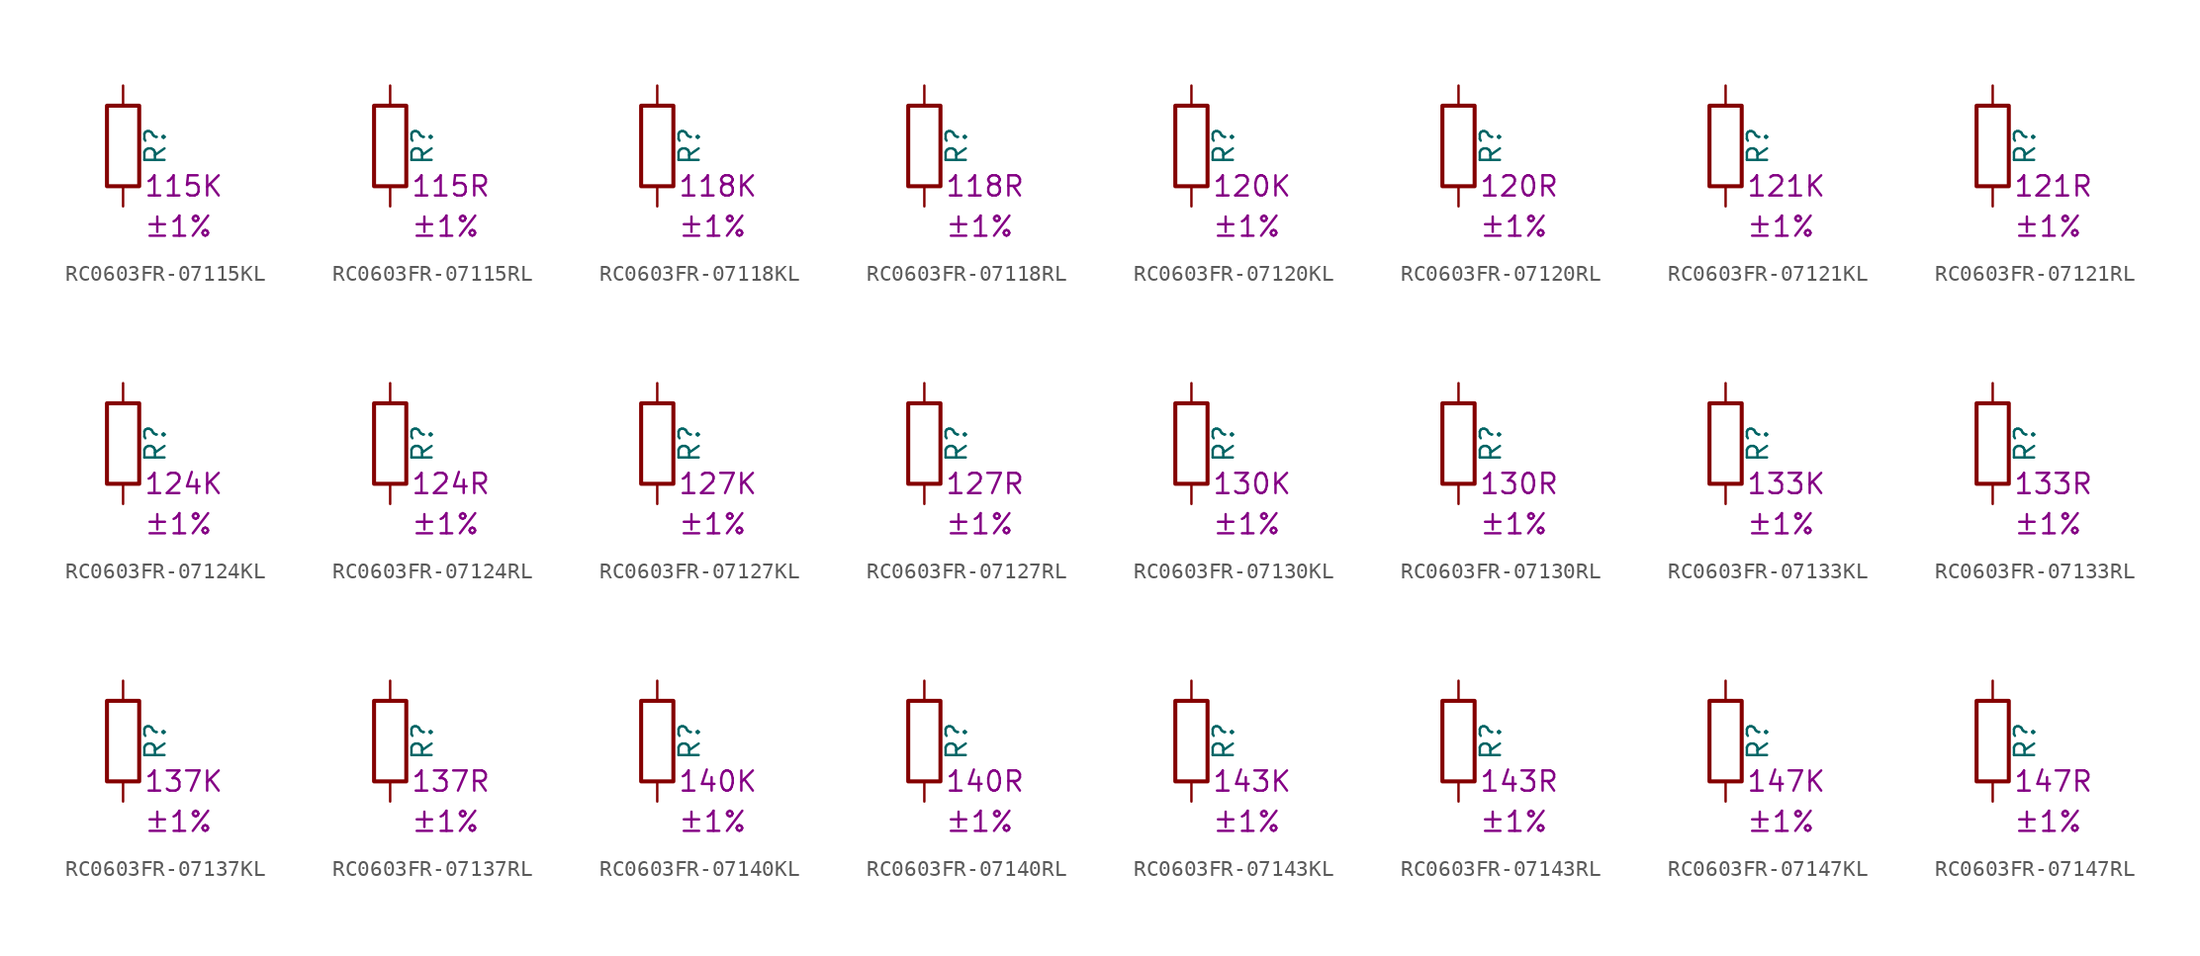
<source format=kicad_sym>
(kicad_symbol_lib
  (version 20220914)
  (generator kicad_symbol_editor)
  (symbol "RC0603FR-07115KL"
    (pin_numbers hide)
    (pin_names
      (offset 0))
    (property "Reference" "R"
      (at 2.032 0 90)
      (effects (font (size 1.27 1.27))))
    (property "Resistance" "115K"
      (at 1.27 -2.54 0)
      (effects (font (size 1.27 1.27)) (justify left)))
    (property "Tolerance" "±1%"
      (at 1.27 -5.08 0)
      (effects (font (size 1.27 1.27)) (justify left)))
    (symbol "RC0603FR-07115KL_0_1"
      (rectangle (start -1.016 -2.54) (end 1.016 2.54) (stroke (width 0.254) (type default)) (fill (type none))))
    (symbol "RC0603FR-07115KL_1_1"
      (pin passive line (at 0 3.81 270) (length 1.27) (name "~" (effects (font (size 1.27 1.27)))) (number "1" (effects (font (size 1.27 1.27)))))
      (pin passive line (at 0 -3.81 90) (length 1.27) (name "~" (effects (font (size 1.27 1.27)))) (number "2" (effects (font (size 1.27 1.27)))))))
  (symbol "RC0603FR-07115RL"
    (pin_numbers hide)
    (pin_names
      (offset 0))
    (property "Reference" "R"
      (at 2.032 0 90)
      (effects (font (size 1.27 1.27))))
    (property "Resistance" "115R"
      (at 1.27 -2.54 0)
      (effects (font (size 1.27 1.27)) (justify left)))
    (property "Tolerance" "±1%"
      (at 1.27 -5.08 0)
      (effects (font (size 1.27 1.27)) (justify left)))
    (symbol "RC0603FR-07115RL_0_1"
      (rectangle (start -1.016 -2.54) (end 1.016 2.54) (stroke (width 0.254) (type default)) (fill (type none))))
    (symbol "RC0603FR-07115RL_1_1"
      (pin passive line (at 0 3.81 270) (length 1.27) (name "~" (effects (font (size 1.27 1.27)))) (number "1" (effects (font (size 1.27 1.27)))))
      (pin passive line (at 0 -3.81 90) (length 1.27) (name "~" (effects (font (size 1.27 1.27)))) (number "2" (effects (font (size 1.27 1.27)))))))
  (symbol "RC0603FR-07118KL"
    (pin_numbers hide)
    (pin_names
      (offset 0))
    (property "Reference" "R"
      (at 2.032 0 90)
      (effects (font (size 1.27 1.27))))
    (property "Resistance" "118K"
      (at 1.27 -2.54 0)
      (effects (font (size 1.27 1.27)) (justify left)))
    (property "Tolerance" "±1%"
      (at 1.27 -5.08 0)
      (effects (font (size 1.27 1.27)) (justify left)))
    (symbol "RC0603FR-07118KL_0_1"
      (rectangle (start -1.016 -2.54) (end 1.016 2.54) (stroke (width 0.254) (type default)) (fill (type none))))
    (symbol "RC0603FR-07118KL_1_1"
      (pin passive line (at 0 3.81 270) (length 1.27) (name "~" (effects (font (size 1.27 1.27)))) (number "1" (effects (font (size 1.27 1.27)))))
      (pin passive line (at 0 -3.81 90) (length 1.27) (name "~" (effects (font (size 1.27 1.27)))) (number "2" (effects (font (size 1.27 1.27)))))))
  (symbol "RC0603FR-07118RL"
    (pin_numbers hide)
    (pin_names
      (offset 0))
    (property "Reference" "R"
      (at 2.032 0 90)
      (effects (font (size 1.27 1.27))))
    (property "Resistance" "118R"
      (at 1.27 -2.54 0)
      (effects (font (size 1.27 1.27)) (justify left)))
    (property "Tolerance" "±1%"
      (at 1.27 -5.08 0)
      (effects (font (size 1.27 1.27)) (justify left)))
    (symbol "RC0603FR-07118RL_0_1"
      (rectangle (start -1.016 -2.54) (end 1.016 2.54) (stroke (width 0.254) (type default)) (fill (type none))))
    (symbol "RC0603FR-07118RL_1_1"
      (pin passive line (at 0 3.81 270) (length 1.27) (name "~" (effects (font (size 1.27 1.27)))) (number "1" (effects (font (size 1.27 1.27)))))
      (pin passive line (at 0 -3.81 90) (length 1.27) (name "~" (effects (font (size 1.27 1.27)))) (number "2" (effects (font (size 1.27 1.27)))))))
  (symbol "RC0603FR-07120KL"
    (pin_numbers hide)
    (pin_names
      (offset 0))
    (property "Reference" "R"
      (at 2.032 0 90)
      (effects (font (size 1.27 1.27))))
    (property "Resistance" "120K"
      (at 1.27 -2.54 0)
      (effects (font (size 1.27 1.27)) (justify left)))
    (property "Tolerance" "±1%"
      (at 1.27 -5.08 0)
      (effects (font (size 1.27 1.27)) (justify left)))
    (symbol "RC0603FR-07120KL_0_1"
      (rectangle (start -1.016 -2.54) (end 1.016 2.54) (stroke (width 0.254) (type default)) (fill (type none))))
    (symbol "RC0603FR-07120KL_1_1"
      (pin passive line (at 0 3.81 270) (length 1.27) (name "~" (effects (font (size 1.27 1.27)))) (number "1" (effects (font (size 1.27 1.27)))))
      (pin passive line (at 0 -3.81 90) (length 1.27) (name "~" (effects (font (size 1.27 1.27)))) (number "2" (effects (font (size 1.27 1.27)))))))
  (symbol "RC0603FR-07120RL"
    (pin_numbers hide)
    (pin_names
      (offset 0))
    (property "Reference" "R"
      (at 2.032 0 90)
      (effects (font (size 1.27 1.27))))
    (property "Resistance" "120R"
      (at 1.27 -2.54 0)
      (effects (font (size 1.27 1.27)) (justify left)))
    (property "Tolerance" "±1%"
      (at 1.27 -5.08 0)
      (effects (font (size 1.27 1.27)) (justify left)))
    (symbol "RC0603FR-07120RL_0_1"
      (rectangle (start -1.016 -2.54) (end 1.016 2.54) (stroke (width 0.254) (type default)) (fill (type none))))
    (symbol "RC0603FR-07120RL_1_1"
      (pin passive line (at 0 3.81 270) (length 1.27) (name "~" (effects (font (size 1.27 1.27)))) (number "1" (effects (font (size 1.27 1.27)))))
      (pin passive line (at 0 -3.81 90) (length 1.27) (name "~" (effects (font (size 1.27 1.27)))) (number "2" (effects (font (size 1.27 1.27)))))))
  (symbol "RC0603FR-07121KL"
    (pin_numbers hide)
    (pin_names
      (offset 0))
    (property "Reference" "R"
      (at 2.032 0 90)
      (effects (font (size 1.27 1.27))))
    (property "Resistance" "121K"
      (at 1.27 -2.54 0)
      (effects (font (size 1.27 1.27)) (justify left)))
    (property "Tolerance" "±1%"
      (at 1.27 -5.08 0)
      (effects (font (size 1.27 1.27)) (justify left)))
    (symbol "RC0603FR-07121KL_0_1"
      (rectangle (start -1.016 -2.54) (end 1.016 2.54) (stroke (width 0.254) (type default)) (fill (type none))))
    (symbol "RC0603FR-07121KL_1_1"
      (pin passive line (at 0 3.81 270) (length 1.27) (name "~" (effects (font (size 1.27 1.27)))) (number "1" (effects (font (size 1.27 1.27)))))
      (pin passive line (at 0 -3.81 90) (length 1.27) (name "~" (effects (font (size 1.27 1.27)))) (number "2" (effects (font (size 1.27 1.27)))))))
  (symbol "RC0603FR-07121RL"
    (pin_numbers hide)
    (pin_names
      (offset 0))
    (property "Reference" "R"
      (at 2.032 0 90)
      (effects (font (size 1.27 1.27))))
    (property "Resistance" "121R"
      (at 1.27 -2.54 0)
      (effects (font (size 1.27 1.27)) (justify left)))
    (property "Tolerance" "±1%"
      (at 1.27 -5.08 0)
      (effects (font (size 1.27 1.27)) (justify left)))
    (symbol "RC0603FR-07121RL_0_1"
      (rectangle (start -1.016 -2.54) (end 1.016 2.54) (stroke (width 0.254) (type default)) (fill (type none))))
    (symbol "RC0603FR-07121RL_1_1"
      (pin passive line (at 0 3.81 270) (length 1.27) (name "~" (effects (font (size 1.27 1.27)))) (number "1" (effects (font (size 1.27 1.27)))))
      (pin passive line (at 0 -3.81 90) (length 1.27) (name "~" (effects (font (size 1.27 1.27)))) (number "2" (effects (font (size 1.27 1.27)))))))
  (symbol "RC0603FR-07124KL"
    (pin_numbers hide)
    (pin_names
      (offset 0))
    (property "Reference" "R"
      (at 2.032 0 90)
      (effects (font (size 1.27 1.27))))
    (property "Resistance" "124K"
      (at 1.27 -2.54 0)
      (effects (font (size 1.27 1.27)) (justify left)))
    (property "Tolerance" "±1%"
      (at 1.27 -5.08 0)
      (effects (font (size 1.27 1.27)) (justify left)))
    (symbol "RC0603FR-07124KL_0_1"
      (rectangle (start -1.016 -2.54) (end 1.016 2.54) (stroke (width 0.254) (type default)) (fill (type none))))
    (symbol "RC0603FR-07124KL_1_1"
      (pin passive line (at 0 3.81 270) (length 1.27) (name "~" (effects (font (size 1.27 1.27)))) (number "1" (effects (font (size 1.27 1.27)))))
      (pin passive line (at 0 -3.81 90) (length 1.27) (name "~" (effects (font (size 1.27 1.27)))) (number "2" (effects (font (size 1.27 1.27)))))))
  (symbol "RC0603FR-07124RL"
    (pin_numbers hide)
    (pin_names
      (offset 0))
    (property "Reference" "R"
      (at 2.032 0 90)
      (effects (font (size 1.27 1.27))))
    (property "Resistance" "124R"
      (at 1.27 -2.54 0)
      (effects (font (size 1.27 1.27)) (justify left)))
    (property "Tolerance" "±1%"
      (at 1.27 -5.08 0)
      (effects (font (size 1.27 1.27)) (justify left)))
    (symbol "RC0603FR-07124RL_0_1"
      (rectangle (start -1.016 -2.54) (end 1.016 2.54) (stroke (width 0.254) (type default)) (fill (type none))))
    (symbol "RC0603FR-07124RL_1_1"
      (pin passive line (at 0 3.81 270) (length 1.27) (name "~" (effects (font (size 1.27 1.27)))) (number "1" (effects (font (size 1.27 1.27)))))
      (pin passive line (at 0 -3.81 90) (length 1.27) (name "~" (effects (font (size 1.27 1.27)))) (number "2" (effects (font (size 1.27 1.27)))))))
  (symbol "RC0603FR-07127KL"
    (pin_numbers hide)
    (pin_names
      (offset 0))
    (property "Reference" "R"
      (at 2.032 0 90)
      (effects (font (size 1.27 1.27))))
    (property "Resistance" "127K"
      (at 1.27 -2.54 0)
      (effects (font (size 1.27 1.27)) (justify left)))
    (property "Tolerance" "±1%"
      (at 1.27 -5.08 0)
      (effects (font (size 1.27 1.27)) (justify left)))
    (symbol "RC0603FR-07127KL_0_1"
      (rectangle (start -1.016 -2.54) (end 1.016 2.54) (stroke (width 0.254) (type default)) (fill (type none))))
    (symbol "RC0603FR-07127KL_1_1"
      (pin passive line (at 0 3.81 270) (length 1.27) (name "~" (effects (font (size 1.27 1.27)))) (number "1" (effects (font (size 1.27 1.27)))))
      (pin passive line (at 0 -3.81 90) (length 1.27) (name "~" (effects (font (size 1.27 1.27)))) (number "2" (effects (font (size 1.27 1.27)))))))
  (symbol "RC0603FR-07127RL"
    (pin_numbers hide)
    (pin_names
      (offset 0))
    (property "Reference" "R"
      (at 2.032 0 90)
      (effects (font (size 1.27 1.27))))
    (property "Resistance" "127R"
      (at 1.27 -2.54 0)
      (effects (font (size 1.27 1.27)) (justify left)))
    (property "Tolerance" "±1%"
      (at 1.27 -5.08 0)
      (effects (font (size 1.27 1.27)) (justify left)))
    (symbol "RC0603FR-07127RL_0_1"
      (rectangle (start -1.016 -2.54) (end 1.016 2.54) (stroke (width 0.254) (type default)) (fill (type none))))
    (symbol "RC0603FR-07127RL_1_1"
      (pin passive line (at 0 3.81 270) (length 1.27) (name "~" (effects (font (size 1.27 1.27)))) (number "1" (effects (font (size 1.27 1.27)))))
      (pin passive line (at 0 -3.81 90) (length 1.27) (name "~" (effects (font (size 1.27 1.27)))) (number "2" (effects (font (size 1.27 1.27)))))))
  (symbol "RC0603FR-07130KL"
    (pin_numbers hide)
    (pin_names
      (offset 0))
    (property "Reference" "R"
      (at 2.032 0 90)
      (effects (font (size 1.27 1.27))))
    (property "Resistance" "130K"
      (at 1.27 -2.54 0)
      (effects (font (size 1.27 1.27)) (justify left)))
    (property "Tolerance" "±1%"
      (at 1.27 -5.08 0)
      (effects (font (size 1.27 1.27)) (justify left)))
    (symbol "RC0603FR-07130KL_0_1"
      (rectangle (start -1.016 -2.54) (end 1.016 2.54) (stroke (width 0.254) (type default)) (fill (type none))))
    (symbol "RC0603FR-07130KL_1_1"
      (pin passive line (at 0 3.81 270) (length 1.27) (name "~" (effects (font (size 1.27 1.27)))) (number "1" (effects (font (size 1.27 1.27)))))
      (pin passive line (at 0 -3.81 90) (length 1.27) (name "~" (effects (font (size 1.27 1.27)))) (number "2" (effects (font (size 1.27 1.27)))))))
  (symbol "RC0603FR-07130RL"
    (pin_numbers hide)
    (pin_names
      (offset 0))
    (property "Reference" "R"
      (at 2.032 0 90)
      (effects (font (size 1.27 1.27))))
    (property "Resistance" "130R"
      (at 1.27 -2.54 0)
      (effects (font (size 1.27 1.27)) (justify left)))
    (property "Tolerance" "±1%"
      (at 1.27 -5.08 0)
      (effects (font (size 1.27 1.27)) (justify left)))
    (symbol "RC0603FR-07130RL_0_1"
      (rectangle (start -1.016 -2.54) (end 1.016 2.54) (stroke (width 0.254) (type default)) (fill (type none))))
    (symbol "RC0603FR-07130RL_1_1"
      (pin passive line (at 0 3.81 270) (length 1.27) (name "~" (effects (font (size 1.27 1.27)))) (number "1" (effects (font (size 1.27 1.27)))))
      (pin passive line (at 0 -3.81 90) (length 1.27) (name "~" (effects (font (size 1.27 1.27)))) (number "2" (effects (font (size 1.27 1.27)))))))
  (symbol "RC0603FR-07133KL"
    (pin_numbers hide)
    (pin_names
      (offset 0))
    (property "Reference" "R"
      (at 2.032 0 90)
      (effects (font (size 1.27 1.27))))
    (property "Resistance" "133K"
      (at 1.27 -2.54 0)
      (effects (font (size 1.27 1.27)) (justify left)))
    (property "Tolerance" "±1%"
      (at 1.27 -5.08 0)
      (effects (font (size 1.27 1.27)) (justify left)))
    (symbol "RC0603FR-07133KL_0_1"
      (rectangle (start -1.016 -2.54) (end 1.016 2.54) (stroke (width 0.254) (type default)) (fill (type none))))
    (symbol "RC0603FR-07133KL_1_1"
      (pin passive line (at 0 3.81 270) (length 1.27) (name "~" (effects (font (size 1.27 1.27)))) (number "1" (effects (font (size 1.27 1.27)))))
      (pin passive line (at 0 -3.81 90) (length 1.27) (name "~" (effects (font (size 1.27 1.27)))) (number "2" (effects (font (size 1.27 1.27)))))))
  (symbol "RC0603FR-07133RL"
    (pin_numbers hide)
    (pin_names
      (offset 0))
    (property "Reference" "R"
      (at 2.032 0 90)
      (effects (font (size 1.27 1.27))))
    (property "Resistance" "133R"
      (at 1.27 -2.54 0)
      (effects (font (size 1.27 1.27)) (justify left)))
    (property "Tolerance" "±1%"
      (at 1.27 -5.08 0)
      (effects (font (size 1.27 1.27)) (justify left)))
    (symbol "RC0603FR-07133RL_0_1"
      (rectangle (start -1.016 -2.54) (end 1.016 2.54) (stroke (width 0.254) (type default)) (fill (type none))))
    (symbol "RC0603FR-07133RL_1_1"
      (pin passive line (at 0 3.81 270) (length 1.27) (name "~" (effects (font (size 1.27 1.27)))) (number "1" (effects (font (size 1.27 1.27)))))
      (pin passive line (at 0 -3.81 90) (length 1.27) (name "~" (effects (font (size 1.27 1.27)))) (number "2" (effects (font (size 1.27 1.27)))))))
  (symbol "RC0603FR-07137KL"
    (pin_numbers hide)
    (pin_names
      (offset 0))
    (property "Reference" "R"
      (at 2.032 0 90)
      (effects (font (size 1.27 1.27))))
    (property "Resistance" "137K"
      (at 1.27 -2.54 0)
      (effects (font (size 1.27 1.27)) (justify left)))
    (property "Tolerance" "±1%"
      (at 1.27 -5.08 0)
      (effects (font (size 1.27 1.27)) (justify left)))
    (symbol "RC0603FR-07137KL_0_1"
      (rectangle (start -1.016 -2.54) (end 1.016 2.54) (stroke (width 0.254) (type default)) (fill (type none))))
    (symbol "RC0603FR-07137KL_1_1"
      (pin passive line (at 0 3.81 270) (length 1.27) (name "~" (effects (font (size 1.27 1.27)))) (number "1" (effects (font (size 1.27 1.27)))))
      (pin passive line (at 0 -3.81 90) (length 1.27) (name "~" (effects (font (size 1.27 1.27)))) (number "2" (effects (font (size 1.27 1.27)))))))
  (symbol "RC0603FR-07137RL"
    (pin_numbers hide)
    (pin_names
      (offset 0))
    (property "Reference" "R"
      (at 2.032 0 90)
      (effects (font (size 1.27 1.27))))
    (property "Resistance" "137R"
      (at 1.27 -2.54 0)
      (effects (font (size 1.27 1.27)) (justify left)))
    (property "Tolerance" "±1%"
      (at 1.27 -5.08 0)
      (effects (font (size 1.27 1.27)) (justify left)))
    (symbol "RC0603FR-07137RL_0_1"
      (rectangle (start -1.016 -2.54) (end 1.016 2.54) (stroke (width 0.254) (type default)) (fill (type none))))
    (symbol "RC0603FR-07137RL_1_1"
      (pin passive line (at 0 3.81 270) (length 1.27) (name "~" (effects (font (size 1.27 1.27)))) (number "1" (effects (font (size 1.27 1.27)))))
      (pin passive line (at 0 -3.81 90) (length 1.27) (name "~" (effects (font (size 1.27 1.27)))) (number "2" (effects (font (size 1.27 1.27)))))))
  (symbol "RC0603FR-07140KL"
    (pin_numbers hide)
    (pin_names
      (offset 0))
    (property "Reference" "R"
      (at 2.032 0 90)
      (effects (font (size 1.27 1.27))))
    (property "Resistance" "140K"
      (at 1.27 -2.54 0)
      (effects (font (size 1.27 1.27)) (justify left)))
    (property "Tolerance" "±1%"
      (at 1.27 -5.08 0)
      (effects (font (size 1.27 1.27)) (justify left)))
    (symbol "RC0603FR-07140KL_0_1"
      (rectangle (start -1.016 -2.54) (end 1.016 2.54) (stroke (width 0.254) (type default)) (fill (type none))))
    (symbol "RC0603FR-07140KL_1_1"
      (pin passive line (at 0 3.81 270) (length 1.27) (name "~" (effects (font (size 1.27 1.27)))) (number "1" (effects (font (size 1.27 1.27)))))
      (pin passive line (at 0 -3.81 90) (length 1.27) (name "~" (effects (font (size 1.27 1.27)))) (number "2" (effects (font (size 1.27 1.27)))))))
  (symbol "RC0603FR-07140RL"
    (pin_numbers hide)
    (pin_names
      (offset 0))
    (property "Reference" "R"
      (at 2.032 0 90)
      (effects (font (size 1.27 1.27))))
    (property "Resistance" "140R"
      (at 1.27 -2.54 0)
      (effects (font (size 1.27 1.27)) (justify left)))
    (property "Tolerance" "±1%"
      (at 1.27 -5.08 0)
      (effects (font (size 1.27 1.27)) (justify left)))
    (symbol "RC0603FR-07140RL_0_1"
      (rectangle (start -1.016 -2.54) (end 1.016 2.54) (stroke (width 0.254) (type default)) (fill (type none))))
    (symbol "RC0603FR-07140RL_1_1"
      (pin passive line (at 0 3.81 270) (length 1.27) (name "~" (effects (font (size 1.27 1.27)))) (number "1" (effects (font (size 1.27 1.27)))))
      (pin passive line (at 0 -3.81 90) (length 1.27) (name "~" (effects (font (size 1.27 1.27)))) (number "2" (effects (font (size 1.27 1.27)))))))
  (symbol "RC0603FR-07143KL"
    (pin_numbers hide)
    (pin_names
      (offset 0))
    (property "Reference" "R"
      (at 2.032 0 90)
      (effects (font (size 1.27 1.27))))
    (property "Resistance" "143K"
      (at 1.27 -2.54 0)
      (effects (font (size 1.27 1.27)) (justify left)))
    (property "Tolerance" "±1%"
      (at 1.27 -5.08 0)
      (effects (font (size 1.27 1.27)) (justify left)))
    (symbol "RC0603FR-07143KL_0_1"
      (rectangle (start -1.016 -2.54) (end 1.016 2.54) (stroke (width 0.254) (type default)) (fill (type none))))
    (symbol "RC0603FR-07143KL_1_1"
      (pin passive line (at 0 3.81 270) (length 1.27) (name "~" (effects (font (size 1.27 1.27)))) (number "1" (effects (font (size 1.27 1.27)))))
      (pin passive line (at 0 -3.81 90) (length 1.27) (name "~" (effects (font (size 1.27 1.27)))) (number "2" (effects (font (size 1.27 1.27)))))))
  (symbol "RC0603FR-07143RL"
    (pin_numbers hide)
    (pin_names
      (offset 0))
    (property "Reference" "R"
      (at 2.032 0 90)
      (effects (font (size 1.27 1.27))))
    (property "Resistance" "143R"
      (at 1.27 -2.54 0)
      (effects (font (size 1.27 1.27)) (justify left)))
    (property "Tolerance" "±1%"
      (at 1.27 -5.08 0)
      (effects (font (size 1.27 1.27)) (justify left)))
    (symbol "RC0603FR-07143RL_0_1"
      (rectangle (start -1.016 -2.54) (end 1.016 2.54) (stroke (width 0.254) (type default)) (fill (type none))))
    (symbol "RC0603FR-07143RL_1_1"
      (pin passive line (at 0 3.81 270) (length 1.27) (name "~" (effects (font (size 1.27 1.27)))) (number "1" (effects (font (size 1.27 1.27)))))
      (pin passive line (at 0 -3.81 90) (length 1.27) (name "~" (effects (font (size 1.27 1.27)))) (number "2" (effects (font (size 1.27 1.27)))))))
  (symbol "RC0603FR-07147KL"
    (pin_numbers hide)
    (pin_names
      (offset 0))
    (property "Reference" "R"
      (at 2.032 0 90)
      (effects (font (size 1.27 1.27))))
    (property "Resistance" "147K"
      (at 1.27 -2.54 0)
      (effects (font (size 1.27 1.27)) (justify left)))
    (property "Tolerance" "±1%"
      (at 1.27 -5.08 0)
      (effects (font (size 1.27 1.27)) (justify left)))
    (symbol "RC0603FR-07147KL_0_1"
      (rectangle (start -1.016 -2.54) (end 1.016 2.54) (stroke (width 0.254) (type default)) (fill (type none))))
    (symbol "RC0603FR-07147KL_1_1"
      (pin passive line (at 0 3.81 270) (length 1.27) (name "~" (effects (font (size 1.27 1.27)))) (number "1" (effects (font (size 1.27 1.27)))))
      (pin passive line (at 0 -3.81 90) (length 1.27) (name "~" (effects (font (size 1.27 1.27)))) (number "2" (effects (font (size 1.27 1.27)))))))
  (symbol "RC0603FR-07147RL"
    (pin_numbers hide)
    (pin_names
      (offset 0))
    (property "Reference" "R"
      (at 2.032 0 90)
      (effects (font (size 1.27 1.27))))
    (property "Resistance" "147R"
      (at 1.27 -2.54 0)
      (effects (font (size 1.27 1.27)) (justify left)))
    (property "Tolerance" "±1%"
      (at 1.27 -5.08 0)
      (effects (font (size 1.27 1.27)) (justify left)))
    (symbol "RC0603FR-07147RL_0_1"
      (rectangle (start -1.016 -2.54) (end 1.016 2.54) (stroke (width 0.254) (type default)) (fill (type none))))
    (symbol "RC0603FR-07147RL_1_1"
      (pin passive line (at 0 3.81 270) (length 1.27) (name "~" (effects (font (size 1.27 1.27)))) (number "1" (effects (font (size 1.27 1.27)))))
      (pin passive line (at 0 -3.81 90) (length 1.27) (name "~" (effects (font (size 1.27 1.27)))) (number "2" (effects (font (size 1.27 1.27))))))))
</source>
